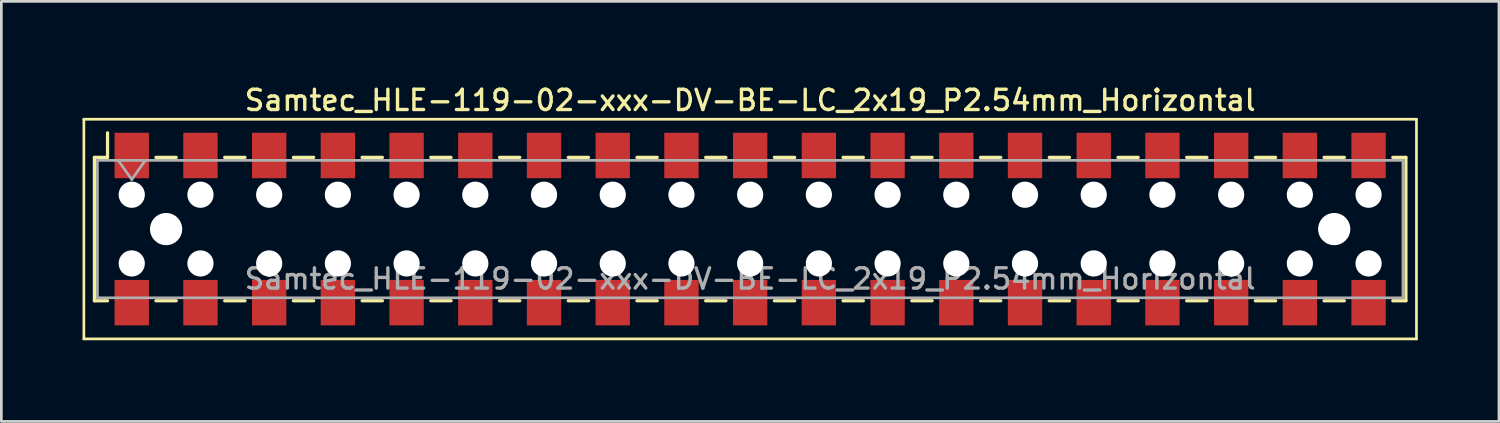
<source format=kicad_pcb>
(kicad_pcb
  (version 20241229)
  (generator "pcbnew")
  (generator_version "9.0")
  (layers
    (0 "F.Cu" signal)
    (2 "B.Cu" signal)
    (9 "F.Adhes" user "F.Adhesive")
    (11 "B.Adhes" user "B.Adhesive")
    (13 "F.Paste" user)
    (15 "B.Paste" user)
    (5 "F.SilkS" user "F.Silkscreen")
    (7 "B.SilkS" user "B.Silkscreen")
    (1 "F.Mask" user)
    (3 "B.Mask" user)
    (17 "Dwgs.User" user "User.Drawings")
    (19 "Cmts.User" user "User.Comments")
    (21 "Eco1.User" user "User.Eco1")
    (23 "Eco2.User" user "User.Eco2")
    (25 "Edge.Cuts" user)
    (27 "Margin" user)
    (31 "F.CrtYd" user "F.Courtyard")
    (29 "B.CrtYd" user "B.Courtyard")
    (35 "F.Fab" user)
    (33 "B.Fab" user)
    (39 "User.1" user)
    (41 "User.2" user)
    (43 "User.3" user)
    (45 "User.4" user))
  (footprint "Samtec_HLE-119-02-xxx-DV-BE-LC_2x19_P2.54mm_Horizontal"
    (layer "F.Cu")
    (at 24.68 5.418)
    (property "Reference" "Samtec_HLE-119-02-xxx-DV-BE-LC_2x19_P2.54mm_Horizontal" (at 0 -4.76 0) (layer "F.SilkS") (effects (font (size 0.75 0.75) (thickness 0.125))))
    (attr smd)
    (fp_line (start -24.63 -4.06) (end 24.63 -4.06) (stroke (width 0.1) (type solid)) (layer "F.SilkS"))
    (fp_line (start -24.63 4.06) (end -24.63 -4.06) (stroke (width 0.1) (type solid)) (layer "F.SilkS"))
    (fp_line (start -24.24 -2.65) (end -24.24 2.65) (stroke (width 0.12) (type solid)) (layer "F.SilkS"))
    (fp_line (start -24.24 2.65) (end -23.755 2.65) (stroke (width 0.12) (type solid)) (layer "F.SilkS"))
    (fp_line (start -23.755 -3.56) (end -23.755 -2.65) (stroke (width 0.12) (type solid)) (layer "F.SilkS"))
    (fp_line (start -23.755 -2.65) (end -24.24 -2.65) (stroke (width 0.12) (type solid)) (layer "F.SilkS"))
    (fp_line (start -21.965 -2.65) (end -21.215 -2.65) (stroke (width 0.12) (type solid)) (layer "F.SilkS"))
    (fp_line (start -21.965 2.65) (end -21.215 2.65) (stroke (width 0.12) (type solid)) (layer "F.SilkS"))
    (fp_line (start -19.425 -2.65) (end -18.675 -2.65) (stroke (width 0.12) (type solid)) (layer "F.SilkS"))
    (fp_line (start -19.425 2.65) (end -18.675 2.65) (stroke (width 0.12) (type solid)) (layer "F.SilkS"))
    (fp_line (start -16.885 -2.65) (end -16.135 -2.65) (stroke (width 0.12) (type solid)) (layer "F.SilkS"))
    (fp_line (start -16.885 2.65) (end -16.135 2.65) (stroke (width 0.12) (type solid)) (layer "F.SilkS"))
    (fp_line (start -14.345 -2.65) (end -13.595 -2.65) (stroke (width 0.12) (type solid)) (layer "F.SilkS"))
    (fp_line (start -14.345 2.65) (end -13.595 2.65) (stroke (width 0.12) (type solid)) (layer "F.SilkS"))
    (fp_line (start -11.805 -2.65) (end -11.055 -2.65) (stroke (width 0.12) (type solid)) (layer "F.SilkS"))
    (fp_line (start -11.805 2.65) (end -11.055 2.65) (stroke (width 0.12) (type solid)) (layer "F.SilkS"))
    (fp_line (start -9.265 -2.65) (end -8.515 -2.65) (stroke (width 0.12) (type solid)) (layer "F.SilkS"))
    (fp_line (start -9.265 2.65) (end -8.515 2.65) (stroke (width 0.12) (type solid)) (layer "F.SilkS"))
    (fp_line (start -6.725 -2.65) (end -5.975 -2.65) (stroke (width 0.12) (type solid)) (layer "F.SilkS"))
    (fp_line (start -6.725 2.65) (end -5.975 2.65) (stroke (width 0.12) (type solid)) (layer "F.SilkS"))
    (fp_line (start -4.185 -2.65) (end -3.435 -2.65) (stroke (width 0.12) (type solid)) (layer "F.SilkS"))
    (fp_line (start -4.185 2.65) (end -3.435 2.65) (stroke (width 0.12) (type solid)) (layer "F.SilkS"))
    (fp_line (start -1.645 -2.65) (end -0.895 -2.65) (stroke (width 0.12) (type solid)) (layer "F.SilkS"))
    (fp_line (start -1.645 2.65) (end -0.895 2.65) (stroke (width 0.12) (type solid)) (layer "F.SilkS"))
    (fp_line (start 0.895 -2.65) (end 1.645 -2.65) (stroke (width 0.12) (type solid)) (layer "F.SilkS"))
    (fp_line (start 0.895 2.65) (end 1.645 2.65) (stroke (width 0.12) (type solid)) (layer "F.SilkS"))
    (fp_line (start 3.435 -2.65) (end 4.185 -2.65) (stroke (width 0.12) (type solid)) (layer "F.SilkS"))
    (fp_line (start 3.435 2.65) (end 4.185 2.65) (stroke (width 0.12) (type solid)) (layer "F.SilkS"))
    (fp_line (start 5.975 -2.65) (end 6.725 -2.65) (stroke (width 0.12) (type solid)) (layer "F.SilkS"))
    (fp_line (start 5.975 2.65) (end 6.725 2.65) (stroke (width 0.12) (type solid)) (layer "F.SilkS"))
    (fp_line (start 8.515 -2.65) (end 9.265 -2.65) (stroke (width 0.12) (type solid)) (layer "F.SilkS"))
    (fp_line (start 8.515 2.65) (end 9.265 2.65) (stroke (width 0.12) (type solid)) (layer "F.SilkS"))
    (fp_line (start 11.055 -2.65) (end 11.805 -2.65) (stroke (width 0.12) (type solid)) (layer "F.SilkS"))
    (fp_line (start 11.055 2.65) (end 11.805 2.65) (stroke (width 0.12) (type solid)) (layer "F.SilkS"))
    (fp_line (start 13.595 -2.65) (end 14.345 -2.65) (stroke (width 0.12) (type solid)) (layer "F.SilkS"))
    (fp_line (start 13.595 2.65) (end 14.345 2.65) (stroke (width 0.12) (type solid)) (layer "F.SilkS"))
    (fp_line (start 16.135 -2.65) (end 16.885 -2.65) (stroke (width 0.12) (type solid)) (layer "F.SilkS"))
    (fp_line (start 16.135 2.65) (end 16.885 2.65) (stroke (width 0.12) (type solid)) (layer "F.SilkS"))
    (fp_line (start 18.675 -2.65) (end 19.425 -2.65) (stroke (width 0.12) (type solid)) (layer "F.SilkS"))
    (fp_line (start 18.675 2.65) (end 19.425 2.65) (stroke (width 0.12) (type solid)) (layer "F.SilkS"))
    (fp_line (start 21.215 -2.65) (end 21.965 -2.65) (stroke (width 0.12) (type solid)) (layer "F.SilkS"))
    (fp_line (start 21.215 2.65) (end 21.965 2.65) (stroke (width 0.12) (type solid)) (layer "F.SilkS"))
    (fp_line (start 23.755 -2.65) (end 24.24 -2.65) (stroke (width 0.12) (type solid)) (layer "F.SilkS"))
    (fp_line (start 24.24 -2.65) (end 24.24 2.65) (stroke (width 0.12) (type solid)) (layer "F.SilkS"))
    (fp_line (start 24.24 2.65) (end 23.755 2.65) (stroke (width 0.12) (type solid)) (layer "F.SilkS"))
    (fp_line (start 24.63 -4.06) (end 24.63 4.06) (stroke (width 0.1) (type solid)) (layer "F.SilkS"))
    (fp_line (start 24.63 4.06) (end -24.63 4.06) (stroke (width 0.1) (type solid)) (layer "F.SilkS"))
    (fp_line (start -24.13 -2.54) (end 24.13 -2.54) (stroke (width 0.1) (type solid)) (layer "F.Fab"))
    (fp_line (start -24.13 2.54) (end -24.13 -2.54) (stroke (width 0.1) (type solid)) (layer "F.Fab"))
    (fp_line (start -23.36 -2.54) (end -22.86 -1.833) (stroke (width 0.1) (type solid)) (layer "F.Fab"))
    (fp_line (start -22.86 -1.833) (end -22.36 -2.54) (stroke (width 0.1) (type solid)) (layer "F.Fab"))
    (fp_line (start 24.13 -2.54) (end 24.13 2.54) (stroke (width 0.1) (type solid)) (layer "F.Fab"))
    (fp_line (start 24.13 2.54) (end -24.13 2.54) (stroke (width 0.1) (type solid)) (layer "F.Fab"))
    (fp_text user "${REFERENCE}" (at 0 1.84 0) (layer "F.Fab") (effects (font (size 0.75 0.75) (thickness 0.125))))
    (pad "" np_thru_hole circle (at -22.86 -1.27) (size 0.97 0.97) (drill 0.97) (layers "*.Cu" "*.Mask"))
    (pad "" np_thru_hole circle (at -22.86 1.27) (size 0.97 0.97) (drill 0.97) (layers "*.Cu" "*.Mask"))
    (pad "" np_thru_hole circle (at -21.59 0) (size 1.19 1.19) (drill 1.19) (layers "*.Cu" "*.Mask"))
    (pad "" np_thru_hole circle (at -20.32 -1.27) (size 0.97 0.97) (drill 0.97) (layers "*.Cu" "*.Mask"))
    (pad "" np_thru_hole circle (at -20.32 1.27) (size 0.97 0.97) (drill 0.97) (layers "*.Cu" "*.Mask"))
    (pad "" np_thru_hole circle (at -17.78 -1.27) (size 0.97 0.97) (drill 0.97) (layers "*.Cu" "*.Mask"))
    (pad "" np_thru_hole circle (at -17.78 1.27) (size 0.97 0.97) (drill 0.97) (layers "*.Cu" "*.Mask"))
    (pad "" np_thru_hole circle (at -15.24 -1.27) (size 0.97 0.97) (drill 0.97) (layers "*.Cu" "*.Mask"))
    (pad "" np_thru_hole circle (at -15.24 1.27) (size 0.97 0.97) (drill 0.97) (layers "*.Cu" "*.Mask"))
    (pad "" np_thru_hole circle (at -12.7 -1.27) (size 0.97 0.97) (drill 0.97) (layers "*.Cu" "*.Mask"))
    (pad "" np_thru_hole circle (at -12.7 1.27) (size 0.97 0.97) (drill 0.97) (layers "*.Cu" "*.Mask"))
    (pad "" np_thru_hole circle (at -10.16 -1.27) (size 0.97 0.97) (drill 0.97) (layers "*.Cu" "*.Mask"))
    (pad "" np_thru_hole circle (at -10.16 1.27) (size 0.97 0.97) (drill 0.97) (layers "*.Cu" "*.Mask"))
    (pad "" np_thru_hole circle (at -7.62 -1.27) (size 0.97 0.97) (drill 0.97) (layers "*.Cu" "*.Mask"))
    (pad "" np_thru_hole circle (at -7.62 1.27) (size 0.97 0.97) (drill 0.97) (layers "*.Cu" "*.Mask"))
    (pad "" np_thru_hole circle (at -5.08 -1.27) (size 0.97 0.97) (drill 0.97) (layers "*.Cu" "*.Mask"))
    (pad "" np_thru_hole circle (at -5.08 1.27) (size 0.97 0.97) (drill 0.97) (layers "*.Cu" "*.Mask"))
    (pad "" np_thru_hole circle (at -2.54 -1.27) (size 0.97 0.97) (drill 0.97) (layers "*.Cu" "*.Mask"))
    (pad "" np_thru_hole circle (at -2.54 1.27) (size 0.97 0.97) (drill 0.97) (layers "*.Cu" "*.Mask"))
    (pad "" np_thru_hole circle (at 0 -1.27) (size 0.97 0.97) (drill 0.97) (layers "*.Cu" "*.Mask"))
    (pad "" np_thru_hole circle (at 0 1.27) (size 0.97 0.97) (drill 0.97) (layers "*.Cu" "*.Mask"))
    (pad "" np_thru_hole circle (at 2.54 -1.27) (size 0.97 0.97) (drill 0.97) (layers "*.Cu" "*.Mask"))
    (pad "" np_thru_hole circle (at 2.54 1.27) (size 0.97 0.97) (drill 0.97) (layers "*.Cu" "*.Mask"))
    (pad "" np_thru_hole circle (at 5.08 -1.27) (size 0.97 0.97) (drill 0.97) (layers "*.Cu" "*.Mask"))
    (pad "" np_thru_hole circle (at 5.08 1.27) (size 0.97 0.97) (drill 0.97) (layers "*.Cu" "*.Mask"))
    (pad "" np_thru_hole circle (at 7.62 -1.27) (size 0.97 0.97) (drill 0.97) (layers "*.Cu" "*.Mask"))
    (pad "" np_thru_hole circle (at 7.62 1.27) (size 0.97 0.97) (drill 0.97) (layers "*.Cu" "*.Mask"))
    (pad "" np_thru_hole circle (at 10.16 -1.27) (size 0.97 0.97) (drill 0.97) (layers "*.Cu" "*.Mask"))
    (pad "" np_thru_hole circle (at 10.16 1.27) (size 0.97 0.97) (drill 0.97) (layers "*.Cu" "*.Mask"))
    (pad "" np_thru_hole circle (at 12.7 -1.27) (size 0.97 0.97) (drill 0.97) (layers "*.Cu" "*.Mask"))
    (pad "" np_thru_hole circle (at 12.7 1.27) (size 0.97 0.97) (drill 0.97) (layers "*.Cu" "*.Mask"))
    (pad "" np_thru_hole circle (at 15.24 -1.27) (size 0.97 0.97) (drill 0.97) (layers "*.Cu" "*.Mask"))
    (pad "" np_thru_hole circle (at 15.24 1.27) (size 0.97 0.97) (drill 0.97) (layers "*.Cu" "*.Mask"))
    (pad "" np_thru_hole circle (at 17.78 -1.27) (size 0.97 0.97) (drill 0.97) (layers "*.Cu" "*.Mask"))
    (pad "" np_thru_hole circle (at 17.78 1.27) (size 0.97 0.97) (drill 0.97) (layers "*.Cu" "*.Mask"))
    (pad "" np_thru_hole circle (at 20.32 -1.27) (size 0.97 0.97) (drill 0.97) (layers "*.Cu" "*.Mask"))
    (pad "" np_thru_hole circle (at 20.32 1.27) (size 0.97 0.97) (drill 0.97) (layers "*.Cu" "*.Mask"))
    (pad "" np_thru_hole circle (at 21.59 0) (size 1.19 1.19) (drill 1.19) (layers "*.Cu" "*.Mask"))
    (pad "" np_thru_hole circle (at 22.86 -1.27) (size 0.97 0.97) (drill 0.97) (layers "*.Cu" "*.Mask"))
    (pad "" np_thru_hole circle (at 22.86 1.27) (size 0.97 0.97) (drill 0.97) (layers "*.Cu" "*.Mask"))
    (pad "1" smd rect (at -22.86 -2.72) (size 1.27 1.68) (layers "F.Cu" "F.Mask" "F.Paste"))
    (pad "2" smd rect (at -22.86 2.72) (size 1.27 1.68) (layers "F.Cu" "F.Mask" "F.Paste"))
    (pad "3" smd rect (at -20.32 -2.72) (size 1.27 1.68) (layers "F.Cu" "F.Mask" "F.Paste"))
    (pad "4" smd rect (at -20.32 2.72) (size 1.27 1.68) (layers "F.Cu" "F.Mask" "F.Paste"))
    (pad "5" smd rect (at -17.78 -2.72) (size 1.27 1.68) (layers "F.Cu" "F.Mask" "F.Paste"))
    (pad "6" smd rect (at -17.78 2.72) (size 1.27 1.68) (layers "F.Cu" "F.Mask" "F.Paste"))
    (pad "7" smd rect (at -15.24 -2.72) (size 1.27 1.68) (layers "F.Cu" "F.Mask" "F.Paste"))
    (pad "8" smd rect (at -15.24 2.72) (size 1.27 1.68) (layers "F.Cu" "F.Mask" "F.Paste"))
    (pad "9" smd rect (at -12.7 -2.72) (size 1.27 1.68) (layers "F.Cu" "F.Mask" "F.Paste"))
    (pad "10" smd rect (at -12.7 2.72) (size 1.27 1.68) (layers "F.Cu" "F.Mask" "F.Paste"))
    (pad "11" smd rect (at -10.16 -2.72) (size 1.27 1.68) (layers "F.Cu" "F.Mask" "F.Paste"))
    (pad "12" smd rect (at -10.16 2.72) (size 1.27 1.68) (layers "F.Cu" "F.Mask" "F.Paste"))
    (pad "13" smd rect (at -7.62 -2.72) (size 1.27 1.68) (layers "F.Cu" "F.Mask" "F.Paste"))
    (pad "14" smd rect (at -7.62 2.72) (size 1.27 1.68) (layers "F.Cu" "F.Mask" "F.Paste"))
    (pad "15" smd rect (at -5.08 -2.72) (size 1.27 1.68) (layers "F.Cu" "F.Mask" "F.Paste"))
    (pad "16" smd rect (at -5.08 2.72) (size 1.27 1.68) (layers "F.Cu" "F.Mask" "F.Paste"))
    (pad "17" smd rect (at -2.54 -2.72) (size 1.27 1.68) (layers "F.Cu" "F.Mask" "F.Paste"))
    (pad "18" smd rect (at -2.54 2.72) (size 1.27 1.68) (layers "F.Cu" "F.Mask" "F.Paste"))
    (pad "19" smd rect (at 0 -2.72) (size 1.27 1.68) (layers "F.Cu" "F.Mask" "F.Paste"))
    (pad "20" smd rect (at 0 2.72) (size 1.27 1.68) (layers "F.Cu" "F.Mask" "F.Paste"))
    (pad "21" smd rect (at 2.54 -2.72) (size 1.27 1.68) (layers "F.Cu" "F.Mask" "F.Paste"))
    (pad "22" smd rect (at 2.54 2.72) (size 1.27 1.68) (layers "F.Cu" "F.Mask" "F.Paste"))
    (pad "23" smd rect (at 5.08 -2.72) (size 1.27 1.68) (layers "F.Cu" "F.Mask" "F.Paste"))
    (pad "24" smd rect (at 5.08 2.72) (size 1.27 1.68) (layers "F.Cu" "F.Mask" "F.Paste"))
    (pad "25" smd rect (at 7.62 -2.72) (size 1.27 1.68) (layers "F.Cu" "F.Mask" "F.Paste"))
    (pad "26" smd rect (at 7.62 2.72) (size 1.27 1.68) (layers "F.Cu" "F.Mask" "F.Paste"))
    (pad "27" smd rect (at 10.16 -2.72) (size 1.27 1.68) (layers "F.Cu" "F.Mask" "F.Paste"))
    (pad "28" smd rect (at 10.16 2.72) (size 1.27 1.68) (layers "F.Cu" "F.Mask" "F.Paste"))
    (pad "29" smd rect (at 12.7 -2.72) (size 1.27 1.68) (layers "F.Cu" "F.Mask" "F.Paste"))
    (pad "30" smd rect (at 12.7 2.72) (size 1.27 1.68) (layers "F.Cu" "F.Mask" "F.Paste"))
    (pad "31" smd rect (at 15.24 -2.72) (size 1.27 1.68) (layers "F.Cu" "F.Mask" "F.Paste"))
    (pad "32" smd rect (at 15.24 2.72) (size 1.27 1.68) (layers "F.Cu" "F.Mask" "F.Paste"))
    (pad "33" smd rect (at 17.78 -2.72) (size 1.27 1.68) (layers "F.Cu" "F.Mask" "F.Paste"))
    (pad "34" smd rect (at 17.78 2.72) (size 1.27 1.68) (layers "F.Cu" "F.Mask" "F.Paste"))
    (pad "35" smd rect (at 20.32 -2.72) (size 1.27 1.68) (layers "F.Cu" "F.Mask" "F.Paste"))
    (pad "36" smd rect (at 20.32 2.72) (size 1.27 1.68) (layers "F.Cu" "F.Mask" "F.Paste"))
    (pad "37" smd rect (at 22.86 -2.72) (size 1.27 1.68) (layers "F.Cu" "F.Mask" "F.Paste"))
    (pad "38" smd rect (at 22.86 2.72) (size 1.27 1.68) (layers "F.Cu" "F.Mask" "F.Paste")))
  (gr_rect
    (start -3 -3)
    (end 52.36 12.528)
    (stroke (width 0.1) (type default))
    (fill no)
    (layer "Edge.Cuts")))
</source>
